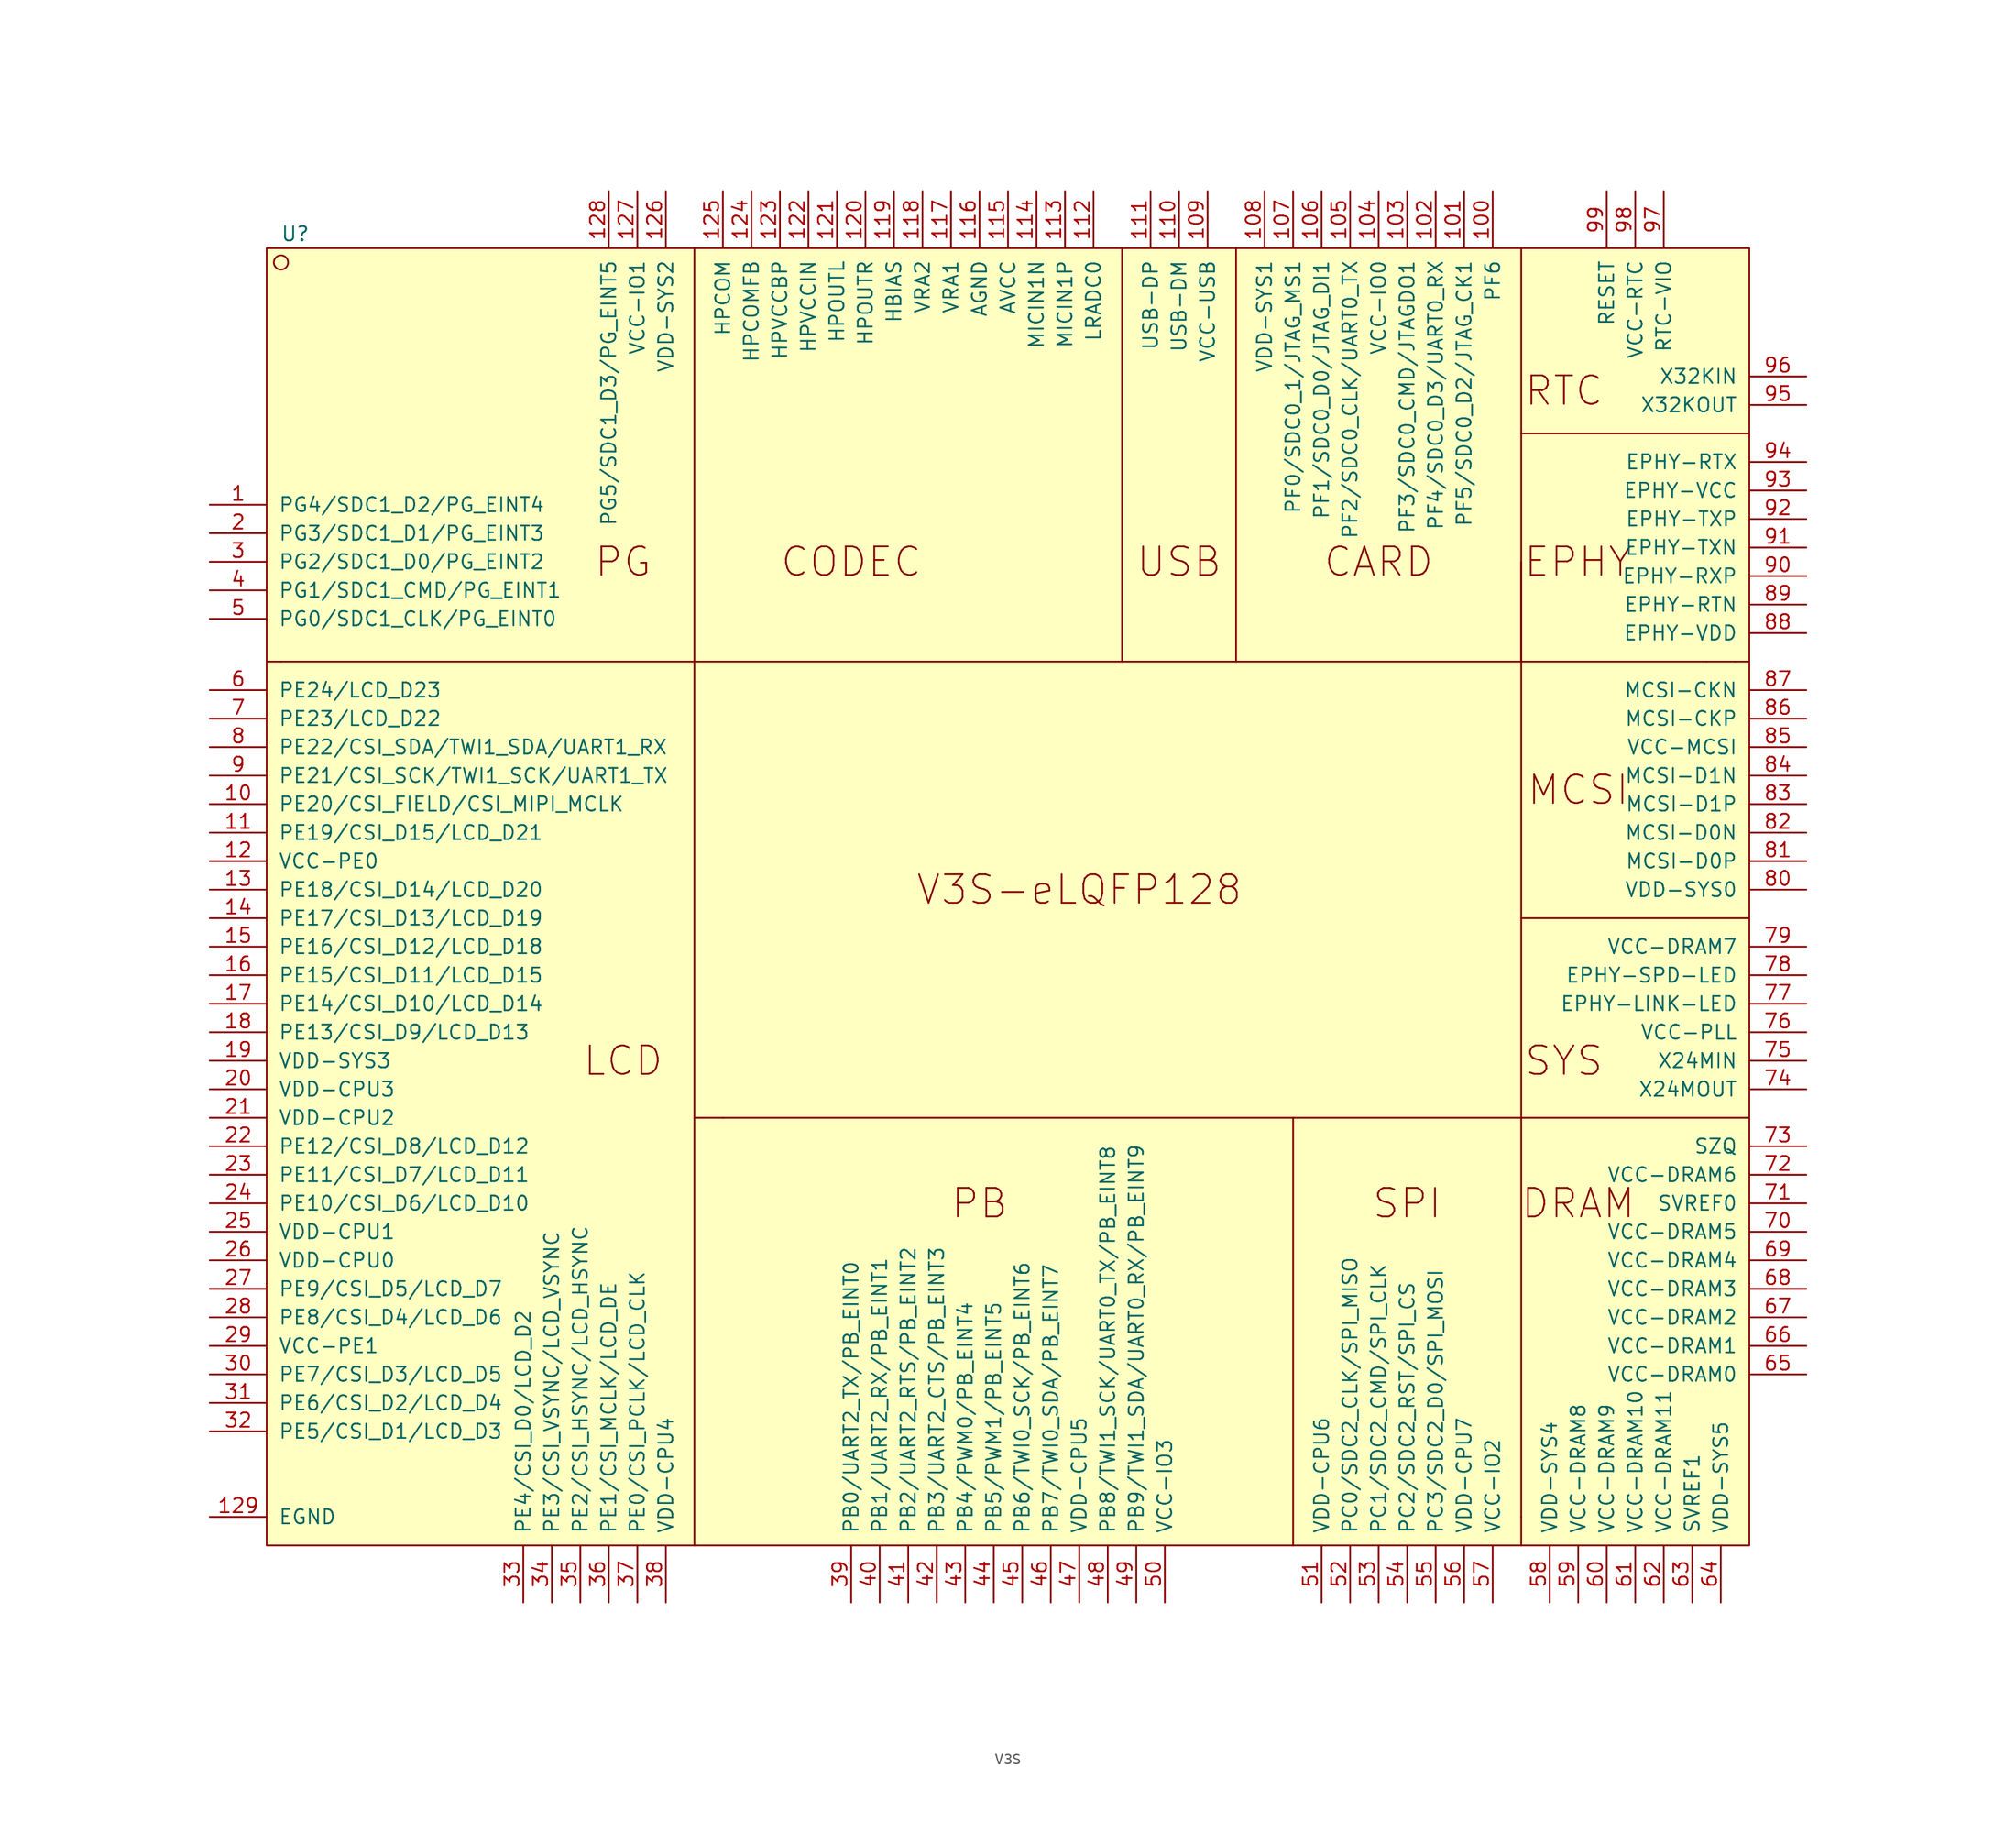
<source format=kicad_sym>
(kicad_symbol_lib
  (version 20210619)
  (generator kicad_symbol_editor)
  (symbol "0_MyLib:V3S"
    (pin_names
      (offset 1.016))
    (property "Reference" "U"
      (at -63.5 60.96 0)
      (effects (font (size 1.27 1.27))))
    (symbol "V3S_0_0"
      (text "CARD" (at 33.02 31.75 0) (effects (font (size 2.54 2.54))))
      (text "CODEC" (at -13.97 31.75 0) (effects (font (size 2.54 2.54))))
      (text "DRAM" (at 50.8 -25.4 0) (effects (font (size 2.54 2.54))))
      (text "EPHY" (at 50.8 31.75 0) (effects (font (size 2.54 2.54))))
      (text "LCD" (at -34.29 -12.7 0) (effects (font (size 2.54 2.54))))
      (text "MCSI" (at 50.8 11.43 0) (effects (font (size 2.54 2.54))))
      (text "PB" (at -2.54 -25.4 0) (effects (font (size 2.54 2.54))))
      (text "PG" (at -34.29 31.75 0) (effects (font (size 2.54 2.54))))
      (text "RTC" (at 49.53 46.99 0) (effects (font (size 2.54 2.54))))
      (text "SPI" (at 35.56 -25.4 0) (effects (font (size 2.54 2.54))))
      (text "SYS" (at 49.53 -12.7 0) (effects (font (size 2.54 2.54))))
      (text "USB" (at 15.24 31.75 0) (effects (font (size 2.54 2.54))))
      (text "V3S-eLQFP128" (at 6.35 2.54 0) (effects (font (size 2.54 2.54))))
      (polyline (pts (xy -64.77 22.86) (xy -66.04 22.86)) (stroke (width 0)) (fill (type none)))
      (polyline (pts (xy -64.77 22.86) (xy 62.23 22.86)) (stroke (width 0)) (fill (type none)))
      (polyline (pts (xy -27.94 -55.88) (xy -27.94 59.69)) (stroke (width 0)) (fill (type none)))
      (polyline (pts (xy -25.4 -17.78) (xy -27.94 -17.78)) (stroke (width 0)) (fill (type none)))
      (polyline (pts (xy 10.16 59.69) (xy 10.16 22.86)) (stroke (width 0)) (fill (type none)))
      (polyline (pts (xy 20.32 59.69) (xy 20.32 22.86)) (stroke (width 0)) (fill (type none)))
      (polyline (pts (xy 45.72 -17.78) (xy -25.4 -17.78)) (stroke (width 0)) (fill (type none)))
      (polyline (pts (xy 45.72 59.69) (xy 45.72 22.86)) (stroke (width 0)) (fill (type none)))
      (polyline (pts (xy 62.23 22.86) (xy 64.77 22.86)) (stroke (width 0)) (fill (type none))))
    (symbol "V3S_0_1"
      (circle (center -64.77 58.42) (radius 0.635) (stroke (width 0)) (fill (type none)))
      (rectangle (start -66.04 59.69) (end 66.04 -55.88) (stroke (width 0)) (fill (type background)))
      (polyline (pts (xy 25.4 -55.88) (xy 25.4 -17.78)) (stroke (width 0)) (fill (type none)))
      (polyline (pts (xy 45.72 -53.34) (xy 45.72 -55.88)) (stroke (width 0)) (fill (type none)))
      (polyline (pts (xy 45.72 31.75) (xy 45.72 -53.34)) (stroke (width 0)) (fill (type none)))
      (polyline (pts (xy 64.77 22.86) (xy 66.04 22.86)) (stroke (width 0)) (fill (type none)))
      (polyline (pts (xy 66.04 -17.78) (xy 45.72 -17.78)) (stroke (width 0)) (fill (type none)))
      (polyline (pts (xy 66.04 0) (xy 45.72 0)) (stroke (width 0)) (fill (type none)))
      (polyline (pts (xy 66.04 43.18) (xy 45.72 43.18)) (stroke (width 0)) (fill (type none))))
    (symbol "V3S_1_1"
      (pin bidirectional line (at -71.12 36.83 0) (length 5.08) (name "PG4/SDC1_D2/PG_EINT4" (effects (font (size 1.27 1.27)))) (number "1" (effects (font (size 1.27 1.27)))))
      (pin bidirectional line (at -71.12 10.16 0) (length 5.08) (name "PE20/CSI_FIELD/CSI_MIPI_MCLK" (effects (font (size 1.27 1.27)))) (number "10" (effects (font (size 1.27 1.27)))))
      (pin bidirectional line (at 43.18 64.77 270) (length 5.08) (name "PF6" (effects (font (size 1.27 1.27)))) (number "100" (effects (font (size 1.27 1.27)))))
      (pin bidirectional line (at 40.64 64.77 270) (length 5.08) (name "PF5/SDC0_D2/JTAG_CK1" (effects (font (size 1.27 1.27)))) (number "101" (effects (font (size 1.27 1.27)))))
      (pin bidirectional line (at 38.1 64.77 270) (length 5.08) (name "PF4/SDC0_D3/UART0_RX" (effects (font (size 1.27 1.27)))) (number "102" (effects (font (size 1.27 1.27)))))
      (pin bidirectional line (at 35.56 64.77 270) (length 5.08) (name "PF3/SDC0_CMD/JTAGDO1" (effects (font (size 1.27 1.27)))) (number "103" (effects (font (size 1.27 1.27)))))
      (pin power_in line (at 33.02 64.77 270) (length 5.08) (name "VCC-IO0" (effects (font (size 1.27 1.27)))) (number "104" (effects (font (size 1.27 1.27)))))
      (pin bidirectional line (at 30.48 64.77 270) (length 5.08) (name "PF2/SDC0_CLK/UART0_TX" (effects (font (size 1.27 1.27)))) (number "105" (effects (font (size 1.27 1.27)))))
      (pin bidirectional line (at 27.94 64.77 270) (length 5.08) (name "PF1/SDC0_D0/JTAG_DI1" (effects (font (size 1.27 1.27)))) (number "106" (effects (font (size 1.27 1.27)))))
      (pin bidirectional line (at 25.4 64.77 270) (length 5.08) (name "PF0/SDC0_1/JTAG_MS1" (effects (font (size 1.27 1.27)))) (number "107" (effects (font (size 1.27 1.27)))))
      (pin power_in line (at 22.86 64.77 270) (length 5.08) (name "VDD-SYS1" (effects (font (size 1.27 1.27)))) (number "108" (effects (font (size 1.27 1.27)))))
      (pin power_in line (at 17.78 64.77 270) (length 5.08) (name "VCC-USB" (effects (font (size 1.27 1.27)))) (number "109" (effects (font (size 1.27 1.27)))))
      (pin bidirectional line (at -71.12 7.62 0) (length 5.08) (name "PE19/CSI_D15/LCD_D21" (effects (font (size 1.27 1.27)))) (number "11" (effects (font (size 1.27 1.27)))))
      (pin bidirectional line (at 15.24 64.77 270) (length 5.08) (name "USB-DM" (effects (font (size 1.27 1.27)))) (number "110" (effects (font (size 1.27 1.27)))))
      (pin bidirectional line (at 12.7 64.77 270) (length 5.08) (name "USB-DP" (effects (font (size 1.27 1.27)))) (number "111" (effects (font (size 1.27 1.27)))))
      (pin input line (at 7.62 64.77 270) (length 5.08) (name "LRADC0" (effects (font (size 1.27 1.27)))) (number "112" (effects (font (size 1.27 1.27)))))
      (pin input line (at 5.08 64.77 270) (length 5.08) (name "MICIN1P" (effects (font (size 1.27 1.27)))) (number "113" (effects (font (size 1.27 1.27)))))
      (pin input line (at 2.54 64.77 270) (length 5.08) (name "MICIN1N" (effects (font (size 1.27 1.27)))) (number "114" (effects (font (size 1.27 1.27)))))
      (pin power_in line (at 0 64.77 270) (length 5.08) (name "AVCC" (effects (font (size 1.27 1.27)))) (number "115" (effects (font (size 1.27 1.27)))))
      (pin power_in line (at -2.54 64.77 270) (length 5.08) (name "AGND" (effects (font (size 1.27 1.27)))) (number "116" (effects (font (size 1.27 1.27)))))
      (pin power_in line (at -5.08 64.77 270) (length 5.08) (name "VRA1" (effects (font (size 1.27 1.27)))) (number "117" (effects (font (size 1.27 1.27)))))
      (pin power_in line (at -7.62 64.77 270) (length 5.08) (name "VRA2" (effects (font (size 1.27 1.27)))) (number "118" (effects (font (size 1.27 1.27)))))
      (pin power_in line (at -10.16 64.77 270) (length 5.08) (name "HBIAS" (effects (font (size 1.27 1.27)))) (number "119" (effects (font (size 1.27 1.27)))))
      (pin power_in line (at -71.12 5.08 0) (length 5.08) (name "VCC-PE0" (effects (font (size 1.27 1.27)))) (number "12" (effects (font (size 1.27 1.27)))))
      (pin output line (at -12.7 64.77 270) (length 5.08) (name "HPOUTR" (effects (font (size 1.27 1.27)))) (number "120" (effects (font (size 1.27 1.27)))))
      (pin output line (at -15.24 64.77 270) (length 5.08) (name "HPOUTL" (effects (font (size 1.27 1.27)))) (number "121" (effects (font (size 1.27 1.27)))))
      (pin power_in line (at -17.78 64.77 270) (length 5.08) (name "HPVCCIN" (effects (font (size 1.27 1.27)))) (number "122" (effects (font (size 1.27 1.27)))))
      (pin power_in line (at -20.32 64.77 270) (length 5.08) (name "HPVCCBP" (effects (font (size 1.27 1.27)))) (number "123" (effects (font (size 1.27 1.27)))))
      (pin power_in line (at -22.86 64.77 270) (length 5.08) (name "HPCOMFB" (effects (font (size 1.27 1.27)))) (number "124" (effects (font (size 1.27 1.27)))))
      (pin power_in line (at -25.4 64.77 270) (length 5.08) (name "HPCOM" (effects (font (size 1.27 1.27)))) (number "125" (effects (font (size 1.27 1.27)))))
      (pin power_in line (at -30.48 64.77 270) (length 5.08) (name "VDD-SYS2" (effects (font (size 1.27 1.27)))) (number "126" (effects (font (size 1.27 1.27)))))
      (pin power_in line (at -33.02 64.77 270) (length 5.08) (name "VCC-IO1" (effects (font (size 1.27 1.27)))) (number "127" (effects (font (size 1.27 1.27)))))
      (pin bidirectional line (at -35.56 64.77 270) (length 5.08) (name "PG5/SDC1_D3/PG_EINT5" (effects (font (size 1.27 1.27)))) (number "128" (effects (font (size 1.27 1.27)))))
      (pin power_in line (at -71.12 -53.34 0) (length 5.08) (name "EGND" (effects (font (size 1.27 1.27)))) (number "129" (effects (font (size 1.27 1.27)))))
      (pin bidirectional line (at -71.12 2.54 0) (length 5.08) (name "PE18/CSI_D14/LCD_D20" (effects (font (size 1.27 1.27)))) (number "13" (effects (font (size 1.27 1.27)))))
      (pin bidirectional line (at -71.12 0 0) (length 5.08) (name "PE17/CSI_D13/LCD_D19" (effects (font (size 1.27 1.27)))) (number "14" (effects (font (size 1.27 1.27)))))
      (pin bidirectional line (at -71.12 -2.54 0) (length 5.08) (name "PE16/CSI_D12/LCD_D18" (effects (font (size 1.27 1.27)))) (number "15" (effects (font (size 1.27 1.27)))))
      (pin bidirectional line (at -71.12 -5.08 0) (length 5.08) (name "PE15/CSI_D11/LCD_D15" (effects (font (size 1.27 1.27)))) (number "16" (effects (font (size 1.27 1.27)))))
      (pin bidirectional line (at -71.12 -7.62 0) (length 5.08) (name "PE14/CSI_D10/LCD_D14" (effects (font (size 1.27 1.27)))) (number "17" (effects (font (size 1.27 1.27)))))
      (pin bidirectional line (at -71.12 -10.16 0) (length 5.08) (name "PE13/CSI_D9/LCD_D13" (effects (font (size 1.27 1.27)))) (number "18" (effects (font (size 1.27 1.27)))))
      (pin power_in line (at -71.12 -12.7 0) (length 5.08) (name "VDD-SYS3" (effects (font (size 1.27 1.27)))) (number "19" (effects (font (size 1.27 1.27)))))
      (pin bidirectional line (at -71.12 34.29 0) (length 5.08) (name "PG3/SDC1_D1/PG_EINT3" (effects (font (size 1.27 1.27)))) (number "2" (effects (font (size 1.27 1.27)))))
      (pin power_in line (at -71.12 -15.24 0) (length 5.08) (name "VDD-CPU3" (effects (font (size 1.27 1.27)))) (number "20" (effects (font (size 1.27 1.27)))))
      (pin power_in line (at -71.12 -17.78 0) (length 5.08) (name "VDD-CPU2" (effects (font (size 1.27 1.27)))) (number "21" (effects (font (size 1.27 1.27)))))
      (pin bidirectional line (at -71.12 -20.32 0) (length 5.08) (name "PE12/CSI_D8/LCD_D12" (effects (font (size 1.27 1.27)))) (number "22" (effects (font (size 1.27 1.27)))))
      (pin bidirectional line (at -71.12 -22.86 0) (length 5.08) (name "PE11/CSI_D7/LCD_D11" (effects (font (size 1.27 1.27)))) (number "23" (effects (font (size 1.27 1.27)))))
      (pin bidirectional line (at -71.12 -25.4 0) (length 5.08) (name "PE10/CSI_D6/LCD_D10" (effects (font (size 1.27 1.27)))) (number "24" (effects (font (size 1.27 1.27)))))
      (pin power_in line (at -71.12 -27.94 0) (length 5.08) (name "VDD-CPU1" (effects (font (size 1.27 1.27)))) (number "25" (effects (font (size 1.27 1.27)))))
      (pin power_in line (at -71.12 -30.48 0) (length 5.08) (name "VDD-CPU0" (effects (font (size 1.27 1.27)))) (number "26" (effects (font (size 1.27 1.27)))))
      (pin bidirectional line (at -71.12 -33.02 0) (length 5.08) (name "PE9/CSI_D5/LCD_D7" (effects (font (size 1.27 1.27)))) (number "27" (effects (font (size 1.27 1.27)))))
      (pin bidirectional line (at -71.12 -35.56 0) (length 5.08) (name "PE8/CSI_D4/LCD_D6" (effects (font (size 1.27 1.27)))) (number "28" (effects (font (size 1.27 1.27)))))
      (pin power_in line (at -71.12 -38.1 0) (length 5.08) (name "VCC-PE1" (effects (font (size 1.27 1.27)))) (number "29" (effects (font (size 1.27 1.27)))))
      (pin bidirectional line (at -71.12 31.75 0) (length 5.08) (name "PG2/SDC1_D0/PG_EINT2" (effects (font (size 1.27 1.27)))) (number "3" (effects (font (size 1.27 1.27)))))
      (pin bidirectional line (at -71.12 -40.64 0) (length 5.08) (name "PE7/CSI_D3/LCD_D5" (effects (font (size 1.27 1.27)))) (number "30" (effects (font (size 1.27 1.27)))))
      (pin bidirectional line (at -71.12 -43.18 0) (length 5.08) (name "PE6/CSI_D2/LCD_D4" (effects (font (size 1.27 1.27)))) (number "31" (effects (font (size 1.27 1.27)))))
      (pin bidirectional line (at -71.12 -45.72 0) (length 5.08) (name "PE5/CSI_D1/LCD_D3" (effects (font (size 1.27 1.27)))) (number "32" (effects (font (size 1.27 1.27)))))
      (pin bidirectional line (at -43.18 -60.96 90) (length 5.08) (name "PE4/CSI_D0/LCD_D2" (effects (font (size 1.27 1.27)))) (number "33" (effects (font (size 1.27 1.27)))))
      (pin bidirectional line (at -40.64 -60.96 90) (length 5.08) (name "PE3/CSI_VSYNC/LCD_VSYNC" (effects (font (size 1.27 1.27)))) (number "34" (effects (font (size 1.27 1.27)))))
      (pin bidirectional line (at -38.1 -60.96 90) (length 5.08) (name "PE2/CSI_HSYNC/LCD_HSYNC" (effects (font (size 1.27 1.27)))) (number "35" (effects (font (size 1.27 1.27)))))
      (pin bidirectional line (at -35.56 -60.96 90) (length 5.08) (name "PE1/CSI_MCLK/LCD_DE" (effects (font (size 1.27 1.27)))) (number "36" (effects (font (size 1.27 1.27)))))
      (pin bidirectional line (at -33.02 -60.96 90) (length 5.08) (name "PE0/CSI_PCLK/LCD_CLK" (effects (font (size 1.27 1.27)))) (number "37" (effects (font (size 1.27 1.27)))))
      (pin power_in line (at -30.48 -60.96 90) (length 5.08) (name "VDD-CPU4" (effects (font (size 1.27 1.27)))) (number "38" (effects (font (size 1.27 1.27)))))
      (pin bidirectional line (at -13.97 -60.96 90) (length 5.08) (name "PB0/UART2_TX/PB_EINT0" (effects (font (size 1.27 1.27)))) (number "39" (effects (font (size 1.27 1.27)))))
      (pin bidirectional line (at -71.12 29.21 0) (length 5.08) (name "PG1/SDC1_CMD/PG_EINT1" (effects (font (size 1.27 1.27)))) (number "4" (effects (font (size 1.27 1.27)))))
      (pin bidirectional line (at -11.43 -60.96 90) (length 5.08) (name "PB1/UART2_RX/PB_EINT1" (effects (font (size 1.27 1.27)))) (number "40" (effects (font (size 1.27 1.27)))))
      (pin bidirectional line (at -8.89 -60.96 90) (length 5.08) (name "PB2/UART2_RTS/PB_EINT2" (effects (font (size 1.27 1.27)))) (number "41" (effects (font (size 1.27 1.27)))))
      (pin bidirectional line (at -6.35 -60.96 90) (length 5.08) (name "PB3/UART2_CTS/PB_EINT3" (effects (font (size 1.27 1.27)))) (number "42" (effects (font (size 1.27 1.27)))))
      (pin bidirectional line (at -3.81 -60.96 90) (length 5.08) (name "PB4/PWM0/PB_EINT4" (effects (font (size 1.27 1.27)))) (number "43" (effects (font (size 1.27 1.27)))))
      (pin bidirectional line (at -1.27 -60.96 90) (length 5.08) (name "PB5/PWM1/PB_EINT5" (effects (font (size 1.27 1.27)))) (number "44" (effects (font (size 1.27 1.27)))))
      (pin bidirectional line (at 1.27 -60.96 90) (length 5.08) (name "PB6/TWI0_SCK/PB_EINT6" (effects (font (size 1.27 1.27)))) (number "45" (effects (font (size 1.27 1.27)))))
      (pin bidirectional line (at 3.81 -60.96 90) (length 5.08) (name "PB7/TWI0_SDA/PB_EINT7" (effects (font (size 1.27 1.27)))) (number "46" (effects (font (size 1.27 1.27)))))
      (pin power_in line (at 6.35 -60.96 90) (length 5.08) (name "VDD-CPU5" (effects (font (size 1.27 1.27)))) (number "47" (effects (font (size 1.27 1.27)))))
      (pin bidirectional line (at 8.89 -60.96 90) (length 5.08) (name "PB8/TWI1_SCK/UART0_TX/PB_EINT8" (effects (font (size 1.27 1.27)))) (number "48" (effects (font (size 1.27 1.27)))))
      (pin bidirectional line (at 11.43 -60.96 90) (length 5.08) (name "PB9/TWI1_SDA/UART0_RX/PB_EINT9" (effects (font (size 1.27 1.27)))) (number "49" (effects (font (size 1.27 1.27)))))
      (pin bidirectional line (at -71.12 26.67 0) (length 5.08) (name "PG0/SDC1_CLK/PG_EINT0" (effects (font (size 1.27 1.27)))) (number "5" (effects (font (size 1.27 1.27)))))
      (pin power_in line (at 13.97 -60.96 90) (length 5.08) (name "VCC-IO3" (effects (font (size 1.27 1.27)))) (number "50" (effects (font (size 1.27 1.27)))))
      (pin power_in line (at 27.94 -60.96 90) (length 5.08) (name "VDD-CPU6" (effects (font (size 1.27 1.27)))) (number "51" (effects (font (size 1.27 1.27)))))
      (pin bidirectional line (at 30.48 -60.96 90) (length 5.08) (name "PC0/SDC2_CLK/SPI_MISO" (effects (font (size 1.27 1.27)))) (number "52" (effects (font (size 1.27 1.27)))))
      (pin bidirectional line (at 33.02 -60.96 90) (length 5.08) (name "PC1/SDC2_CMD/SPI_CLK" (effects (font (size 1.27 1.27)))) (number "53" (effects (font (size 1.27 1.27)))))
      (pin bidirectional line (at 35.56 -60.96 90) (length 5.08) (name "PC2/SDC2_RST/SPI_CS" (effects (font (size 1.27 1.27)))) (number "54" (effects (font (size 1.27 1.27)))))
      (pin bidirectional line (at 38.1 -60.96 90) (length 5.08) (name "PC3/SDC2_D0/SPI_MOSI" (effects (font (size 1.27 1.27)))) (number "55" (effects (font (size 1.27 1.27)))))
      (pin power_in line (at 40.64 -60.96 90) (length 5.08) (name "VDD-CPU7" (effects (font (size 1.27 1.27)))) (number "56" (effects (font (size 1.27 1.27)))))
      (pin power_in line (at 43.18 -60.96 90) (length 5.08) (name "VCC-IO2" (effects (font (size 1.27 1.27)))) (number "57" (effects (font (size 1.27 1.27)))))
      (pin power_in line (at 48.26 -60.96 90) (length 5.08) (name "VDD-SYS4" (effects (font (size 1.27 1.27)))) (number "58" (effects (font (size 1.27 1.27)))))
      (pin power_in line (at 50.8 -60.96 90) (length 5.08) (name "VCC-DRAM8" (effects (font (size 1.27 1.27)))) (number "59" (effects (font (size 1.27 1.27)))))
      (pin bidirectional line (at -71.12 20.32 0) (length 5.08) (name "PE24/LCD_D23" (effects (font (size 1.27 1.27)))) (number "6" (effects (font (size 1.27 1.27)))))
      (pin power_in line (at 53.34 -60.96 90) (length 5.08) (name "VCC-DRAM9" (effects (font (size 1.27 1.27)))) (number "60" (effects (font (size 1.27 1.27)))))
      (pin power_in line (at 55.88 -60.96 90) (length 5.08) (name "VCC-DRAM10" (effects (font (size 1.27 1.27)))) (number "61" (effects (font (size 1.27 1.27)))))
      (pin power_in line (at 58.42 -60.96 90) (length 5.08) (name "VCC-DRAM11" (effects (font (size 1.27 1.27)))) (number "62" (effects (font (size 1.27 1.27)))))
      (pin power_in line (at 60.96 -60.96 90) (length 5.08) (name "SVREF1" (effects (font (size 1.27 1.27)))) (number "63" (effects (font (size 1.27 1.27)))))
      (pin power_in line (at 63.5 -60.96 90) (length 5.08) (name "VDD-SYS5" (effects (font (size 1.27 1.27)))) (number "64" (effects (font (size 1.27 1.27)))))
      (pin power_in line (at 71.12 -40.64 180) (length 5.08) (name "VCC-DRAM0" (effects (font (size 1.27 1.27)))) (number "65" (effects (font (size 1.27 1.27)))))
      (pin power_in line (at 71.12 -38.1 180) (length 5.08) (name "VCC-DRAM1" (effects (font (size 1.27 1.27)))) (number "66" (effects (font (size 1.27 1.27)))))
      (pin power_in line (at 71.12 -35.56 180) (length 5.08) (name "VCC-DRAM2" (effects (font (size 1.27 1.27)))) (number "67" (effects (font (size 1.27 1.27)))))
      (pin power_in line (at 71.12 -33.02 180) (length 5.08) (name "VCC-DRAM3" (effects (font (size 1.27 1.27)))) (number "68" (effects (font (size 1.27 1.27)))))
      (pin power_in line (at 71.12 -30.48 180) (length 5.08) (name "VCC-DRAM4" (effects (font (size 1.27 1.27)))) (number "69" (effects (font (size 1.27 1.27)))))
      (pin bidirectional line (at -71.12 17.78 0) (length 5.08) (name "PE23/LCD_D22" (effects (font (size 1.27 1.27)))) (number "7" (effects (font (size 1.27 1.27)))))
      (pin power_in line (at 71.12 -27.94 180) (length 5.08) (name "VCC-DRAM5" (effects (font (size 1.27 1.27)))) (number "70" (effects (font (size 1.27 1.27)))))
      (pin power_in line (at 71.12 -25.4 180) (length 5.08) (name "SVREF0" (effects (font (size 1.27 1.27)))) (number "71" (effects (font (size 1.27 1.27)))))
      (pin power_in line (at 71.12 -22.86 180) (length 5.08) (name "VCC-DRAM6" (effects (font (size 1.27 1.27)))) (number "72" (effects (font (size 1.27 1.27)))))
      (pin power_in line (at 71.12 -20.32 180) (length 5.08) (name "SZQ" (effects (font (size 1.27 1.27)))) (number "73" (effects (font (size 1.27 1.27)))))
      (pin output line (at 71.12 -15.24 180) (length 5.08) (name "X24MOUT" (effects (font (size 1.27 1.27)))) (number "74" (effects (font (size 1.27 1.27)))))
      (pin input line (at 71.12 -12.7 180) (length 5.08) (name "X24MIN" (effects (font (size 1.27 1.27)))) (number "75" (effects (font (size 1.27 1.27)))))
      (pin power_in line (at 71.12 -10.16 180) (length 5.08) (name "VCC-PLL" (effects (font (size 1.27 1.27)))) (number "76" (effects (font (size 1.27 1.27)))))
      (pin output line (at 71.12 -7.62 180) (length 5.08) (name "EPHY-LINK-LED" (effects (font (size 1.27 1.27)))) (number "77" (effects (font (size 1.27 1.27)))))
      (pin output line (at 71.12 -5.08 180) (length 5.08) (name "EPHY-SPD-LED" (effects (font (size 1.27 1.27)))) (number "78" (effects (font (size 1.27 1.27)))))
      (pin power_in line (at 71.12 -2.54 180) (length 5.08) (name "VCC-DRAM7" (effects (font (size 1.27 1.27)))) (number "79" (effects (font (size 1.27 1.27)))))
      (pin bidirectional line (at -71.12 15.24 0) (length 5.08) (name "PE22/CSI_SDA/TWI1_SDA/UART1_RX" (effects (font (size 1.27 1.27)))) (number "8" (effects (font (size 1.27 1.27)))))
      (pin power_in line (at 71.12 2.54 180) (length 5.08) (name "VDD-SYS0" (effects (font (size 1.27 1.27)))) (number "80" (effects (font (size 1.27 1.27)))))
      (pin bidirectional line (at 71.12 5.08 180) (length 5.08) (name "MCSI-D0P" (effects (font (size 1.27 1.27)))) (number "81" (effects (font (size 1.27 1.27)))))
      (pin bidirectional line (at 71.12 7.62 180) (length 5.08) (name "MCSI-D0N" (effects (font (size 1.27 1.27)))) (number "82" (effects (font (size 1.27 1.27)))))
      (pin bidirectional line (at 71.12 10.16 180) (length 5.08) (name "MCSI-D1P" (effects (font (size 1.27 1.27)))) (number "83" (effects (font (size 1.27 1.27)))))
      (pin bidirectional line (at 71.12 12.7 180) (length 5.08) (name "MCSI-D1N" (effects (font (size 1.27 1.27)))) (number "84" (effects (font (size 1.27 1.27)))))
      (pin power_in line (at 71.12 15.24 180) (length 5.08) (name "VCC-MCSI" (effects (font (size 1.27 1.27)))) (number "85" (effects (font (size 1.27 1.27)))))
      (pin bidirectional line (at 71.12 17.78 180) (length 5.08) (name "MCSI-CKP" (effects (font (size 1.27 1.27)))) (number "86" (effects (font (size 1.27 1.27)))))
      (pin bidirectional line (at 71.12 20.32 180) (length 5.08) (name "MCSI-CKN" (effects (font (size 1.27 1.27)))) (number "87" (effects (font (size 1.27 1.27)))))
      (pin power_in line (at 71.12 25.4 180) (length 5.08) (name "EPHY-VDD" (effects (font (size 1.27 1.27)))) (number "88" (effects (font (size 1.27 1.27)))))
      (pin bidirectional line (at 71.12 27.94 180) (length 5.08) (name "EPHY-RTN" (effects (font (size 1.27 1.27)))) (number "89" (effects (font (size 1.27 1.27)))))
      (pin bidirectional line (at -71.12 12.7 0) (length 5.08) (name "PE21/CSI_SCK/TWI1_SCK/UART1_TX" (effects (font (size 1.27 1.27)))) (number "9" (effects (font (size 1.27 1.27)))))
      (pin bidirectional line (at 71.12 30.48 180) (length 5.08) (name "EPHY-RXP" (effects (font (size 1.27 1.27)))) (number "90" (effects (font (size 1.27 1.27)))))
      (pin bidirectional line (at 71.12 33.02 180) (length 5.08) (name "EPHY-TXN" (effects (font (size 1.27 1.27)))) (number "91" (effects (font (size 1.27 1.27)))))
      (pin bidirectional line (at 71.12 35.56 180) (length 5.08) (name "EPHY-TXP" (effects (font (size 1.27 1.27)))) (number "92" (effects (font (size 1.27 1.27)))))
      (pin power_in line (at 71.12 38.1 180) (length 5.08) (name "EPHY-VCC" (effects (font (size 1.27 1.27)))) (number "93" (effects (font (size 1.27 1.27)))))
      (pin bidirectional line (at 71.12 40.64 180) (length 5.08) (name "EPHY-RTX" (effects (font (size 1.27 1.27)))) (number "94" (effects (font (size 1.27 1.27)))))
      (pin output line (at 71.12 45.72 180) (length 5.08) (name "X32KOUT" (effects (font (size 1.27 1.27)))) (number "95" (effects (font (size 1.27 1.27)))))
      (pin input line (at 71.12 48.26 180) (length 5.08) (name "X32KIN" (effects (font (size 1.27 1.27)))) (number "96" (effects (font (size 1.27 1.27)))))
      (pin power_in line (at 58.42 64.77 270) (length 5.08) (name "RTC-VIO" (effects (font (size 1.27 1.27)))) (number "97" (effects (font (size 1.27 1.27)))))
      (pin power_in line (at 55.88 64.77 270) (length 5.08) (name "VCC-RTC" (effects (font (size 1.27 1.27)))) (number "98" (effects (font (size 1.27 1.27)))))
      (pin input line (at 53.34 64.77 270) (length 5.08) (name "RESET" (effects (font (size 1.27 1.27)))) (number "99" (effects (font (size 1.27 1.27))))))))
</source>
